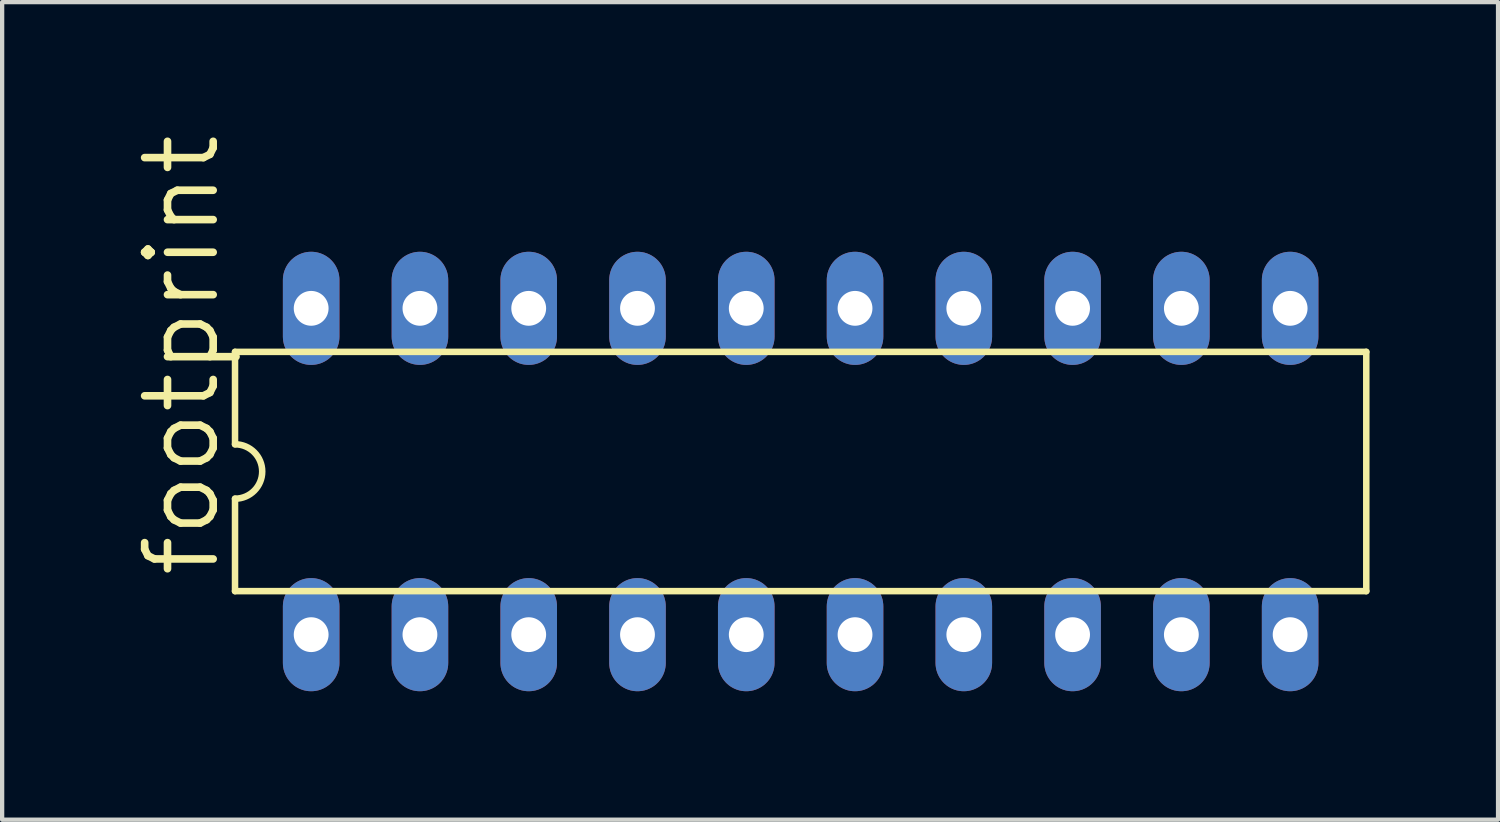
<source format=kicad_pcb>
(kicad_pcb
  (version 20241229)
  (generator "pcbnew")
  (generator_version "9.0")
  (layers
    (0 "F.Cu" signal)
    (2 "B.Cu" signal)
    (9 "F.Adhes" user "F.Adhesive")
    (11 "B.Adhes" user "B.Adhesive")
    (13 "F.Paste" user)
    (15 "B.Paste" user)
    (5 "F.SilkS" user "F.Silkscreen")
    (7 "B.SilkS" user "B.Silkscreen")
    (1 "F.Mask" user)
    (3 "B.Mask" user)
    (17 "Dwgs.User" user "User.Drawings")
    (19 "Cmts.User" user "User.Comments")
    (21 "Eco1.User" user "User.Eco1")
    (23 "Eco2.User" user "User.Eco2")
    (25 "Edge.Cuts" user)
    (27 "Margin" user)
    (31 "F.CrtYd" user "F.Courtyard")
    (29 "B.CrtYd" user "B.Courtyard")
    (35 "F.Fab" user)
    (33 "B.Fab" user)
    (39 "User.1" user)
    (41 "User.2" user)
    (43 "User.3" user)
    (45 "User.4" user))
  (footprint "footprint"
    (layer "F.Cu")
    (at 15.646 7.96)
    (property "Reference" "footprint" (at -13.513 2.54 90) (layer "F.SilkS") (effects (font (size 1.6 1.6) (thickness 0.178)) (justify left bottom)))
    (fp_line (start -13.208 -2.794) (end -13.208 -0.635) (stroke (width 0.152) (type solid)) (layer "F.SilkS"))
    (fp_line (start -13.208 -2.794) (end 13.208 -2.794) (stroke (width 0.152) (type solid)) (layer "F.SilkS"))
    (fp_line (start -13.208 0.635) (end -13.208 2.794) (stroke (width 0.152) (type solid)) (layer "F.SilkS"))
    (fp_line (start 13.208 2.794) (end -13.208 2.794) (stroke (width 0.152) (type solid)) (layer "F.SilkS"))
    (fp_line (start 13.208 2.794) (end 13.208 -2.794) (stroke (width 0.152) (type solid)) (layer "F.SilkS"))
    (fp_arc (start -13.208 -0.635) (mid -12.573 0) (end -13.208 0.635) (stroke (width 0.1524) (type solid)) (layer "F.SilkS"))
    (pad "1" thru_hole oval (at -11.43 3.81 90) (size 2.642 1.321) (drill 0.813) (layers "*.Cu" "*.Mask"))
    (pad "2" thru_hole oval (at -8.89 3.81 90) (size 2.642 1.321) (drill 0.813) (layers "*.Cu" "*.Mask"))
    (pad "3" thru_hole oval (at -6.35 3.81 90) (size 2.642 1.321) (drill 0.813) (layers "*.Cu" "*.Mask"))
    (pad "4" thru_hole oval (at -3.81 3.81 90) (size 2.642 1.321) (drill 0.813) (layers "*.Cu" "*.Mask"))
    (pad "5" thru_hole oval (at -1.27 3.81 90) (size 2.642 1.321) (drill 0.813) (layers "*.Cu" "*.Mask"))
    (pad "6" thru_hole oval (at 1.27 3.81 90) (size 2.642 1.321) (drill 0.813) (layers "*.Cu" "*.Mask"))
    (pad "7" thru_hole oval (at 3.81 3.81 90) (size 2.642 1.321) (drill 0.813) (layers "*.Cu" "*.Mask"))
    (pad "8" thru_hole oval (at 6.35 3.81 90) (size 2.642 1.321) (drill 0.813) (layers "*.Cu" "*.Mask"))
    (pad "9" thru_hole oval (at 8.89 3.81 90) (size 2.642 1.321) (drill 0.813) (layers "*.Cu" "*.Mask"))
    (pad "10" thru_hole oval (at 11.43 3.81 90) (size 2.642 1.321) (drill 0.813) (layers "*.Cu" "*.Mask"))
    (pad "11" thru_hole oval (at 11.43 -3.81 90) (size 2.642 1.321) (drill 0.813) (layers "*.Cu" "*.Mask"))
    (pad "12" thru_hole oval (at 8.89 -3.81 90) (size 2.642 1.321) (drill 0.813) (layers "*.Cu" "*.Mask"))
    (pad "13" thru_hole oval (at 6.35 -3.81 90) (size 2.642 1.321) (drill 0.813) (layers "*.Cu" "*.Mask"))
    (pad "14" thru_hole oval (at 3.81 -3.81 90) (size 2.642 1.321) (drill 0.813) (layers "*.Cu" "*.Mask"))
    (pad "15" thru_hole oval (at 1.27 -3.81 90) (size 2.642 1.321) (drill 0.813) (layers "*.Cu" "*.Mask"))
    (pad "16" thru_hole oval (at -1.27 -3.81 90) (size 2.642 1.321) (drill 0.813) (layers "*.Cu" "*.Mask"))
    (pad "17" thru_hole oval (at -3.81 -3.81 90) (size 2.642 1.321) (drill 0.813) (layers "*.Cu" "*.Mask"))
    (pad "18" thru_hole oval (at -6.35 -3.81 90) (size 2.642 1.321) (drill 0.813) (layers "*.Cu" "*.Mask"))
    (pad "19" thru_hole oval (at -8.89 -3.81 90) (size 2.642 1.321) (drill 0.813) (layers "*.Cu" "*.Mask"))
    (pad "20" thru_hole oval (at -11.43 -3.81 90) (size 2.642 1.321) (drill 0.813) (layers "*.Cu" "*.Mask")))
  (gr_rect
    (start -3 -3)
    (end 31.931 16.091)
    (stroke (width 0.1) (type default))
    (fill no)
    (layer "Edge.Cuts")))
</source>
